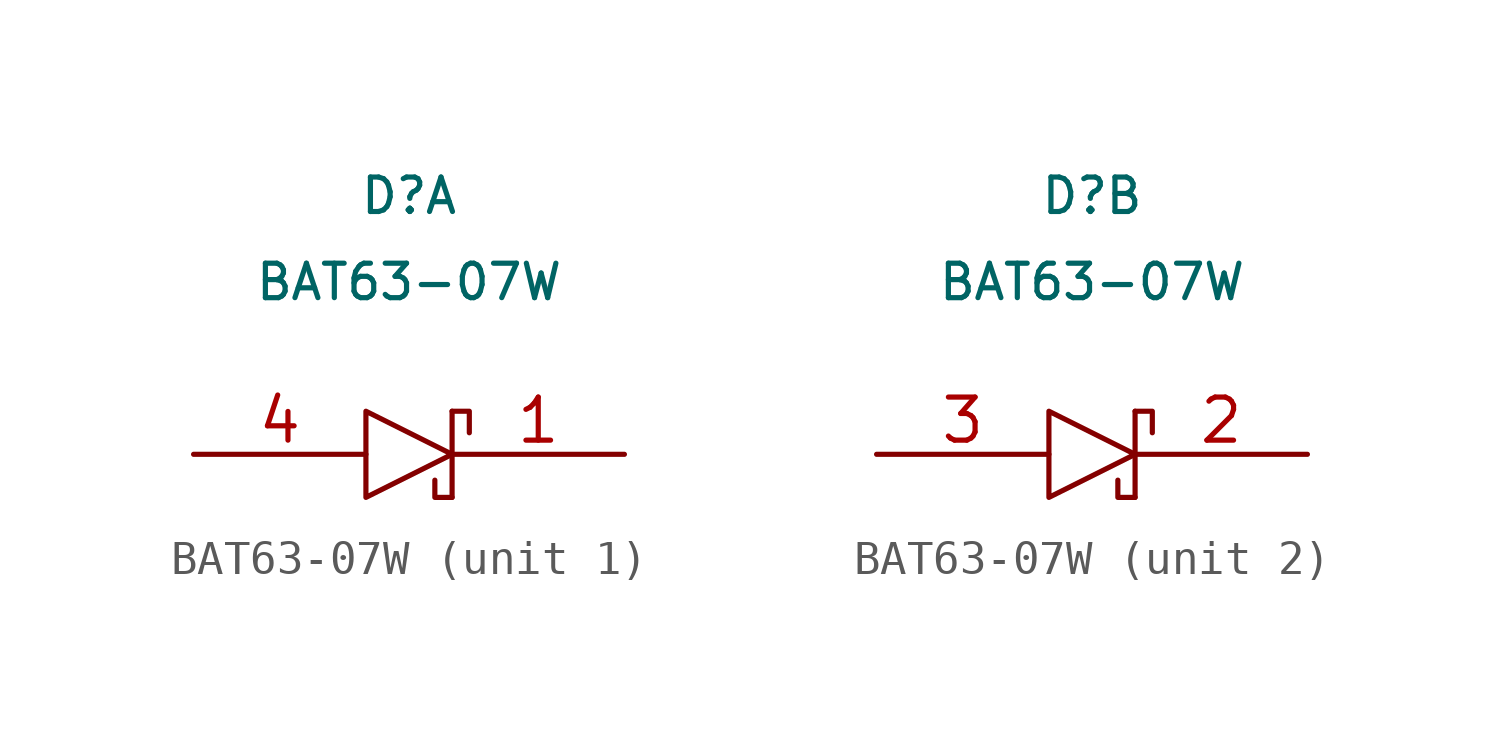
<source format=kicad_sym>
(kicad_symbol_lib
  (version 20211014)
  (generator kicad_symbol_editor)
  (symbol "BAT63-07W"
    (pin_names
      (offset 1.016))
    (property "Reference" "D"
      (at 0 7.62 0)
      (effects (font (size 1.016 1.016))))
    (property "Value" "BAT63-07W"
      (at 0 5.08 0)
      (effects (font (size 1.016 1.016))))
    (symbol "BAT63-07W_0_1"
      (polyline (pts (xy 1.27 1.27) (xy 1.27 -1.27)) (stroke (width 0) (type default)) (fill (type none)))
      (polyline (pts (xy 1.27 -1.27) (xy 0.762 -1.27) (xy 0.762 -0.762)) (stroke (width 0) (type default)) (fill (type none)))
      (polyline (pts (xy 1.27 1.27) (xy 1.778 1.27) (xy 1.778 0.635)) (stroke (width 0) (type default)) (fill (type none)))
      (polyline (pts (xy -1.27 1.27) (xy -1.27 -1.27) (xy 1.27 0) (xy -1.27 1.27)) (stroke (width 0) (type default)) (fill (type none))))
    (symbol "BAT63-07W_1_1"
      (pin input line (at 6.35 0 180) (length 5.08) (name "~" (effects (font (size 1.27 1.27)))) (number "1" (effects (font (size 1.27 1.27)))))
      (pin passive line (at -6.35 0 0) (length 5.08) (name "~" (effects (font (size 1.27 1.27)))) (number "4" (effects (font (size 1.27 1.27))))))
    (symbol "BAT63-07W_2_1"
      (pin input line (at 6.35 0 180) (length 5.08) (name "~" (effects (font (size 1.27 1.27)))) (number "2" (effects (font (size 1.27 1.27)))))
      (pin passive line (at -6.35 0 0) (length 5.08) (name "~" (effects (font (size 1.27 1.27)))) (number "3" (effects (font (size 1.27 1.27))))))))
</source>
